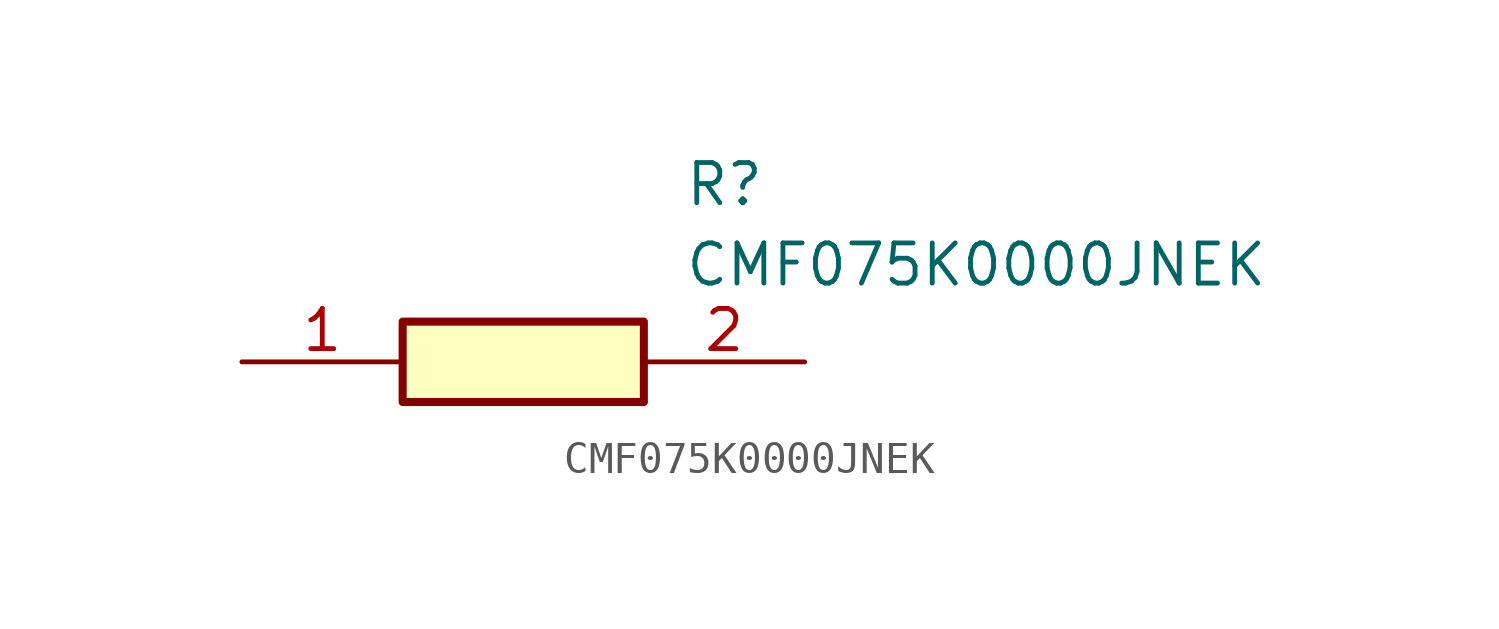
<source format=kicad_sym>
(kicad_symbol_lib
  (version 20220914)
  (generator kicad_symbol_editor)
  (symbol "CMF075K0000JNEK"
    (pin_names hide)
    (property "Reference" "R"
      (at 13.97 6.35 0)
      (effects (font (size 1.27 1.27)) (justify left top)))
    (property "Value" "CMF075K0000JNEK"
      (at 13.97 3.81 0)
      (effects (font (size 1.27 1.27)) (justify left top)))
    (symbol "CMF075K0000JNEK_1_1"
      (rectangle (start 5.08 1.27) (end 12.7 -1.27) (stroke (width 0.254) (type default)) (fill (type background)))
      (pin passive line (at 0 0 0) (length 5.08) (name "1" (effects (font (size 1.27 1.27)))) (number "1" (effects (font (size 1.27 1.27)))))
      (pin passive line (at 17.78 0 180) (length 5.08) (name "2" (effects (font (size 1.27 1.27)))) (number "2" (effects (font (size 1.27 1.27))))))))
</source>
